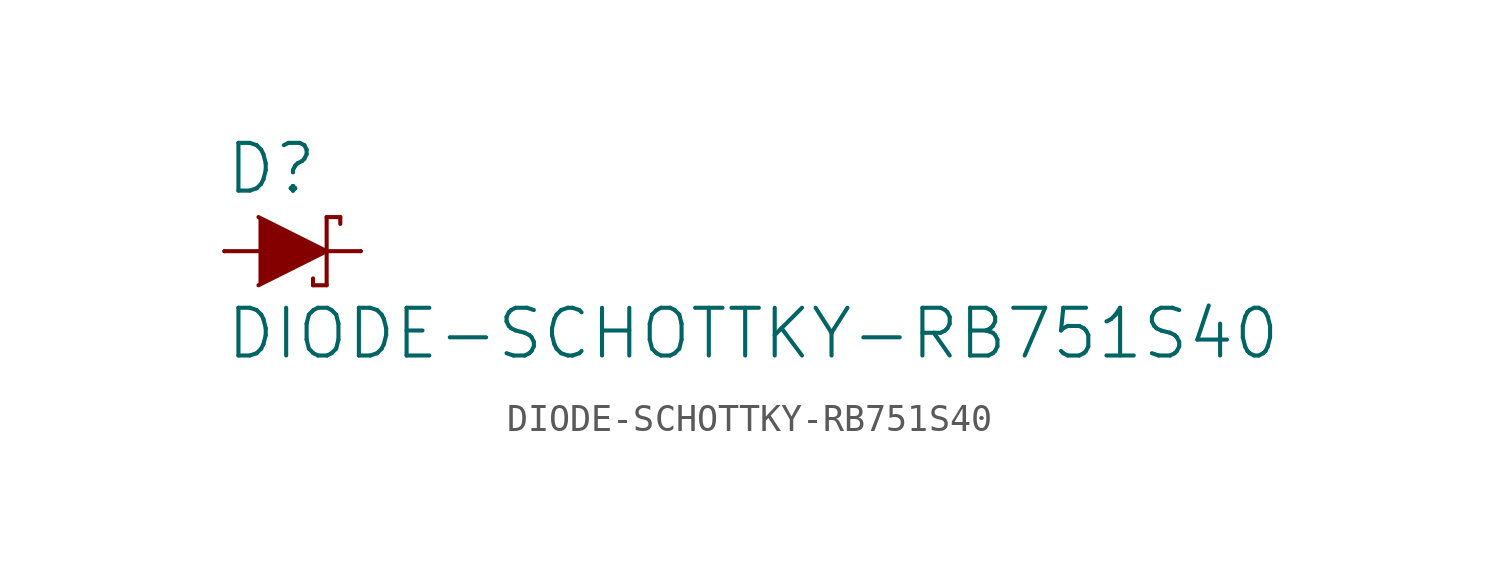
<source format=kicad_sym>
(kicad_symbol_lib
  (version 20211014)
  (generator kicad_symbol_editor)
  (symbol "DIODE-SCHOTTKY-RB751S40"
    (property "Reference" "D"
      (at -2.54 2.032 0)
      (effects (font (size 1.778 1.778)) (justify left bottom)))
    (property "Value" "DIODE-SCHOTTKY-RB751S40"
      (at -2.54 -2.032 0)
      (effects (font (size 1.778 1.778)) (justify left top)))
    (property "ki_locked" ""
      (at 0 0 0)
      (effects (font (size 1.27 1.27))))
    (symbol "DIODE-SCHOTTKY-RB751S40_1_0"
      (polyline (pts (xy -2.54 0) (xy -1.27 0)) (stroke (width 0.152) (type default) (color 0 0 0 0)) (fill (type none)))
      (polyline (pts (xy 0.762 -1.27) (xy 0.762 -1.016)) (stroke (width 0.152) (type default) (color 0 0 0 0)) (fill (type none)))
      (polyline (pts (xy 1.27 -1.27) (xy 0.762 -1.27)) (stroke (width 0.152) (type default) (color 0 0 0 0)) (fill (type none)))
      (polyline (pts (xy 1.27 0) (xy 1.27 -1.27)) (stroke (width 0.152) (type default) (color 0 0 0 0)) (fill (type none)))
      (polyline (pts (xy 1.27 1.27) (xy 1.27 0)) (stroke (width 0.152) (type default) (color 0 0 0 0)) (fill (type none)))
      (polyline (pts (xy 1.27 1.27) (xy 1.778 1.27)) (stroke (width 0.152) (type default) (color 0 0 0 0)) (fill (type none)))
      (polyline (pts (xy 1.778 1.27) (xy 1.778 1.016)) (stroke (width 0.152) (type default) (color 0 0 0 0)) (fill (type none)))
      (polyline (pts (xy 2.54 0) (xy 1.27 0)) (stroke (width 0.152) (type default) (color 0 0 0 0)) (fill (type none)))
      (polyline (pts (xy -1.27 1.27) (xy 1.27 0) (xy -1.27 -1.27)) (stroke (width 0) (type default) (color 0 0 0 0)) (fill (type outline)))
      (pin passive line (at -2.54 0 0) (length 0) (name "A" (effects (font (size 0 0)))) (number "A" (effects (font (size 0 0)))))
      (pin passive line (at 2.54 0 180) (length 0) (name "C" (effects (font (size 0 0)))) (number "C" (effects (font (size 0 0))))))))
</source>
